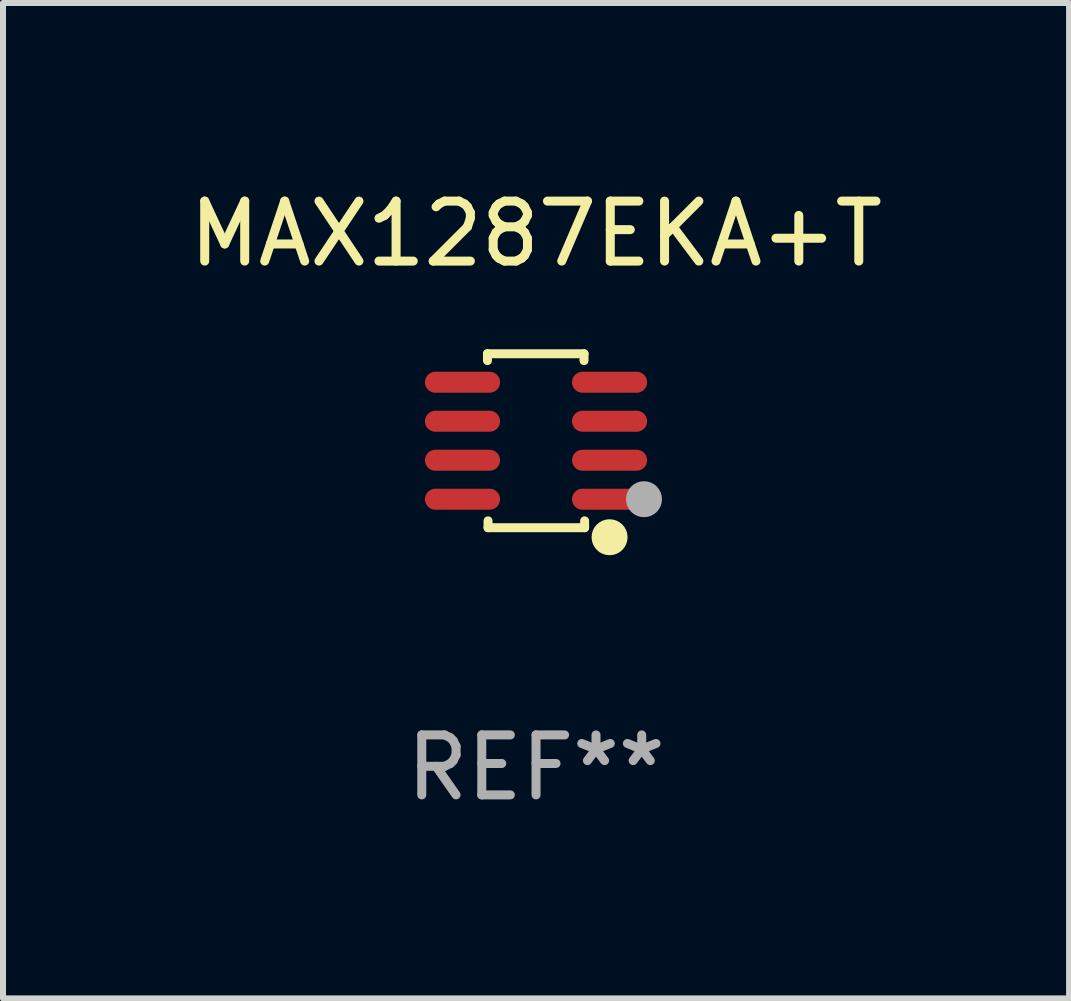
<source format=kicad_pcb>
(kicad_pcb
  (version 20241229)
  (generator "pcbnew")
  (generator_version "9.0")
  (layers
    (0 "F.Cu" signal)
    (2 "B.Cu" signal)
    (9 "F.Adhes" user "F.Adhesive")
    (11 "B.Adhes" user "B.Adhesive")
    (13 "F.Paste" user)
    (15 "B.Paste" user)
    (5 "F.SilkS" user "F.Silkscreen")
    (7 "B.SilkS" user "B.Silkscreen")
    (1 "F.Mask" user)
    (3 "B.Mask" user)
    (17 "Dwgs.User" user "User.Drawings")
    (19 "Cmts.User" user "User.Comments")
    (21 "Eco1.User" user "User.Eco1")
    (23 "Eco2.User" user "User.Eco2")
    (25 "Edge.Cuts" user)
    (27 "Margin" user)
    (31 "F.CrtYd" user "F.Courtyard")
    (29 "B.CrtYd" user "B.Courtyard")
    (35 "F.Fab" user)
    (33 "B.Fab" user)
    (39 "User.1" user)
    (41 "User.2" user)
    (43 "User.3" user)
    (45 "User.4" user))
  (footprint "MAX1287EKA+T"
    (layer "F.Cu")
    (at 5.887 4.298)
    (property "Reference" "MAX1287EKA+T" (at 0 -3.45 0) (layer "F.SilkS") (effects (font (size 1 1) (thickness 0.15))))
    (attr through_hole)
    (fp_line (start -0.81 -1.45) (end 0.8 -1.45) (stroke (width 0.15) (type solid)) (layer "F.SilkS"))
    (fp_line (start -0.81 -1.336) (end -0.81 -1.45) (stroke (width 0.15) (type solid)) (layer "F.SilkS"))
    (fp_line (start -0.8 1.45) (end -0.8 1.336) (stroke (width 0.15) (type solid)) (layer "F.SilkS"))
    (fp_line (start 0.8 -1.45) (end 0.8 -1.336) (stroke (width 0.15) (type solid)) (layer "F.SilkS"))
    (fp_line (start 0.81 1.336) (end 0.81 1.45) (stroke (width 0.15) (type solid)) (layer "F.SilkS"))
    (fp_line (start 0.81 1.45) (end -0.8 1.45) (stroke (width 0.15) (type solid)) (layer "F.SilkS"))
    (fp_circle (center 1.226 1.609) (end 1.376 1.609) (stroke (width 0.3) (type solid)) (fill no) (layer "F.SilkS"))
    (fp_circle (center 1.4 1.45) (end 1.43 1.45) (stroke (width 0.06) (type solid)) (fill no) (layer "F.SilkS"))
    (fp_circle (center 1.8 0.975) (end 1.95 0.975) (stroke (width 0.3) (type solid)) (fill no) (layer "F.Fab"))
    (fp_text user "REF**" (at 0 5.45 0) (layer "F.Fab") (effects (font (size 1 1) (thickness 0.15))))
    (pad "1" smd oval (at 1.226 0.975) (size 1.252 0.35) (layers "F.Cu" "F.Mask" "F.Paste"))
    (pad "2" smd oval (at 1.226 0.325) (size 1.252 0.35) (layers "F.Cu" "F.Mask" "F.Paste"))
    (pad "3" smd oval (at 1.226 -0.325) (size 1.252 0.35) (layers "F.Cu" "F.Mask" "F.Paste"))
    (pad "4" smd oval (at 1.226 -0.975) (size 1.252 0.35) (layers "F.Cu" "F.Mask" "F.Paste"))
    (pad "5" smd oval (at -1.226 -0.975) (size 1.252 0.35) (layers "F.Cu" "F.Mask" "F.Paste"))
    (pad "6" smd oval (at -1.226 -0.325) (size 1.252 0.35) (layers "F.Cu" "F.Mask" "F.Paste"))
    (pad "7" smd oval (at -1.226 0.325) (size 1.252 0.35) (layers "F.Cu" "F.Mask" "F.Paste"))
    (pad "8" smd oval (at -1.226 0.975) (size 1.252 0.35) (layers "F.Cu" "F.Mask" "F.Paste")))
  (gr_rect
    (start -3 -3)
    (end 14.774 13.596)
    (stroke (width 0.1) (type default))
    (fill no)
    (layer "Edge.Cuts")))
</source>
